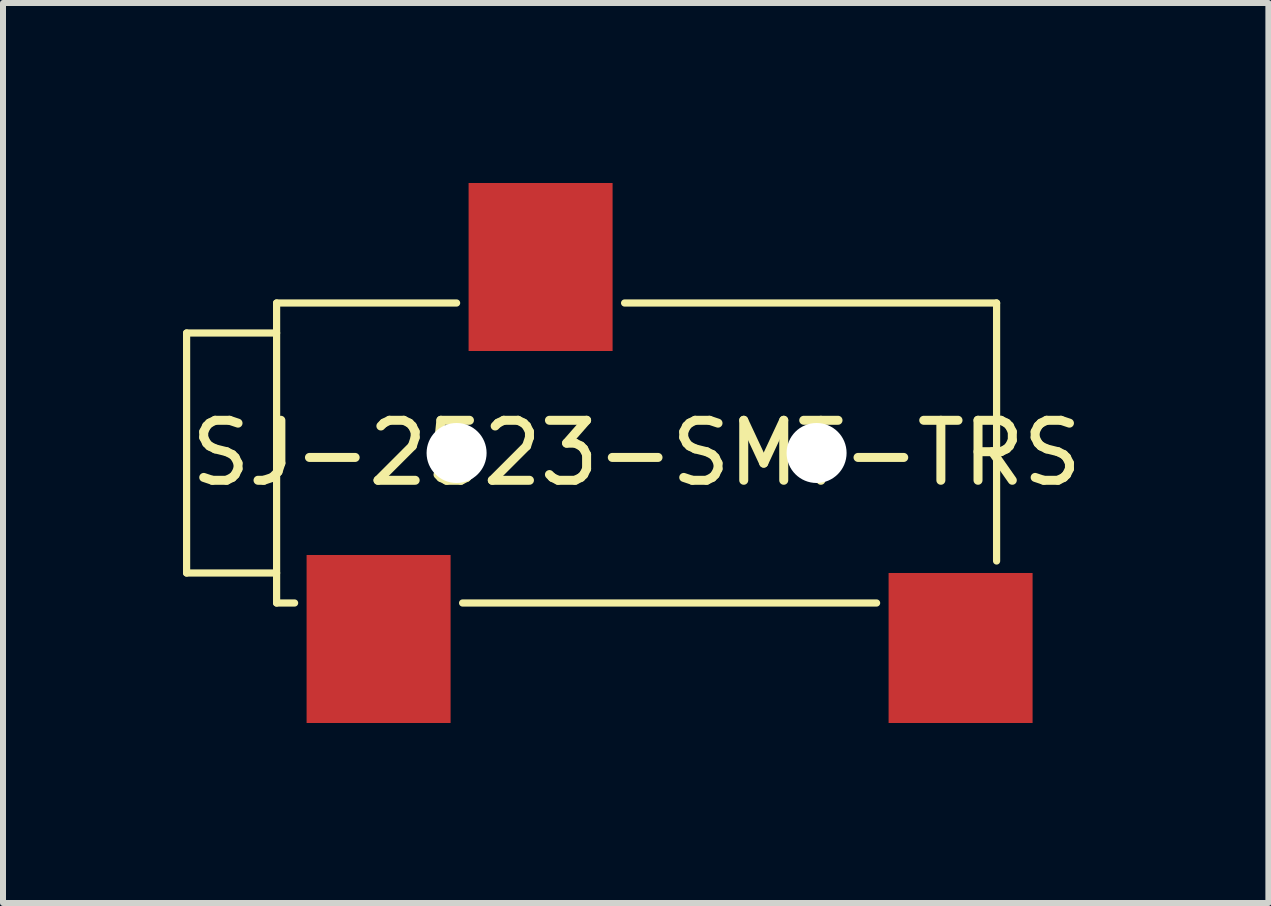
<source format=kicad_pcb>
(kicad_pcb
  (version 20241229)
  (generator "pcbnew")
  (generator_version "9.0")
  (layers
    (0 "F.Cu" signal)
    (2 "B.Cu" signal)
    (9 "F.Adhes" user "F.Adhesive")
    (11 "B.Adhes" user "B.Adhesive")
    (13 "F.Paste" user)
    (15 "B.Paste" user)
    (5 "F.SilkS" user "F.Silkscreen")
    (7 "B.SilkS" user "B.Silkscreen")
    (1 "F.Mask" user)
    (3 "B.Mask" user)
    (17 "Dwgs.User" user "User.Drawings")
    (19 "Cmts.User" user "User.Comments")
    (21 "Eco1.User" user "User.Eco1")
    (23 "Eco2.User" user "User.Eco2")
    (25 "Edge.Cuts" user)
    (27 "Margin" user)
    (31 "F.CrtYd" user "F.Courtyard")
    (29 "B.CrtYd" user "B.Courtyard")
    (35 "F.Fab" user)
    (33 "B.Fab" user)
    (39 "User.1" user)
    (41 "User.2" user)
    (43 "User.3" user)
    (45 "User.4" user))
  (footprint "SJ-2523-SMT-TRS"
    (layer "F.Cu")
    (at 1.56 4.5)
    (property "Reference" "SJ-2523-SMT-TRS" (at 6 0 0) (layer "F.SilkS") (effects (font (size 1 1) (thickness 0.15))))
    (attr smd)
    (fp_line (start -1.5 -2) (end -1.5 2) (stroke (width 0.12) (type solid)) (layer "F.SilkS"))
    (fp_line (start -1.5 2) (end 0 2) (stroke (width 0.12) (type solid)) (layer "F.SilkS"))
    (fp_line (start 0 -2.5) (end 3 -2.5) (stroke (width 0.12) (type solid)) (layer "F.SilkS"))
    (fp_line (start 0 -2) (end -1.5 -2) (stroke (width 0.12) (type solid)) (layer "F.SilkS"))
    (fp_line (start 0 2.5) (end 0 -2.5) (stroke (width 0.12) (type solid)) (layer "F.SilkS"))
    (fp_line (start 0 2.5) (end 0.3 2.5) (stroke (width 0.12) (type solid)) (layer "F.SilkS"))
    (fp_line (start 10 2.5) (end 3.1 2.5) (stroke (width 0.12) (type solid)) (layer "F.SilkS"))
    (fp_line (start 12 -2.5) (end 5.8 -2.5) (stroke (width 0.12) (type solid)) (layer "F.SilkS"))
    (fp_line (start 12 1.8) (end 12 -2.5) (stroke (width 0.12) (type solid)) (layer "F.SilkS"))
    (pad "" np_thru_hole circle (at 3 0) (size 1 1) (drill 1) (layers "*.Cu" "*.Mask"))
    (pad "" np_thru_hole circle (at 9 0) (size 1 1) (drill 1) (layers "*.Cu" "*.Mask"))
    (pad "R" smd rect (at 4.4 -3.1) (size 2.4 2.8) (layers "F.Cu" "F.Mask" "F.Paste"))
    (pad "S" smd rect (at 1.7 3.1) (size 2.4 2.8) (layers "F.Cu" "F.Mask" "F.Paste"))
    (pad "T" smd rect (at 11.4 3.25) (size 2.4 2.5) (layers "F.Cu" "F.Mask" "F.Paste")))
  (gr_rect
    (start -3 -3)
    (end 18.09 12)
    (stroke (width 0.1) (type default))
    (fill no)
    (layer "Edge.Cuts")))
</source>
